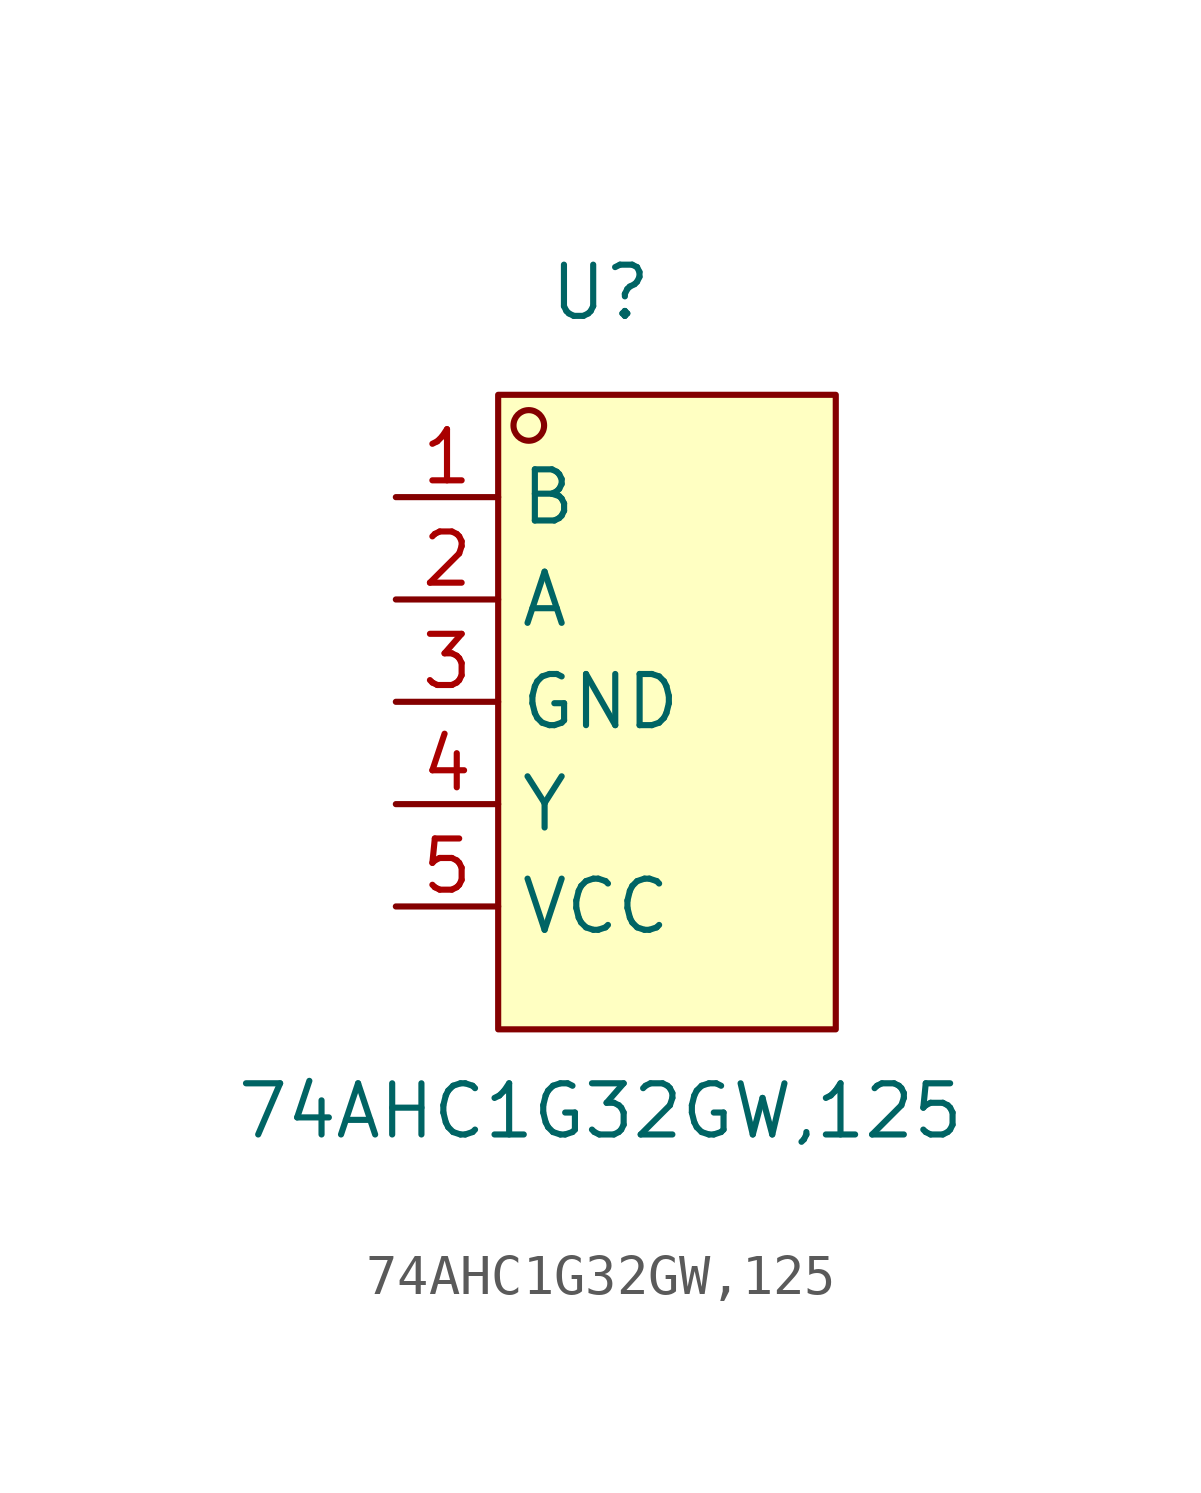
<source format=kicad_sym>
(kicad_symbol_lib
  (version 20211014)
  (generator https://github.com/uPesy/easyeda2kicad.py)
  (symbol "74AHC1G32GW,125"
    (property "Reference" "U"
      (at 0 10.16 0)
      (effects (font (size 1.27 1.27))))
    (property "Value" "74AHC1G32GW,125"
      (at 0 -10.16 0)
      (effects (font (size 1.27 1.27))))
    (symbol "74AHC1G32GW,125_0_1"
      (rectangle (start -2.54 7.62) (end 5.84 -8.13) (stroke (width 0) (type default) (color 0 0 0 0)) (fill (type background)))
      (circle (center -1.78 6.86) (radius 0.38) (stroke (width 0) (type default) (color 0 0 0 0)) (fill (type none)))
      (pin unspecified line (at -5.08 5.08 0) (length 2.54) (name "B" (effects (font (size 1.27 1.27)))) (number "1" (effects (font (size 1.27 1.27)))))
      (pin unspecified line (at -5.08 2.54 0) (length 2.54) (name "A" (effects (font (size 1.27 1.27)))) (number "2" (effects (font (size 1.27 1.27)))))
      (pin unspecified line (at -5.08 -0.00 0) (length 2.54) (name "GND" (effects (font (size 1.27 1.27)))) (number "3" (effects (font (size 1.27 1.27)))))
      (pin unspecified line (at -5.08 -2.54 0) (length 2.54) (name "Y" (effects (font (size 1.27 1.27)))) (number "4" (effects (font (size 1.27 1.27)))))
      (pin unspecified line (at -5.08 -5.08 0) (length 2.54) (name "VCC" (effects (font (size 1.27 1.27)))) (number "5" (effects (font (size 1.27 1.27))))))))
</source>
